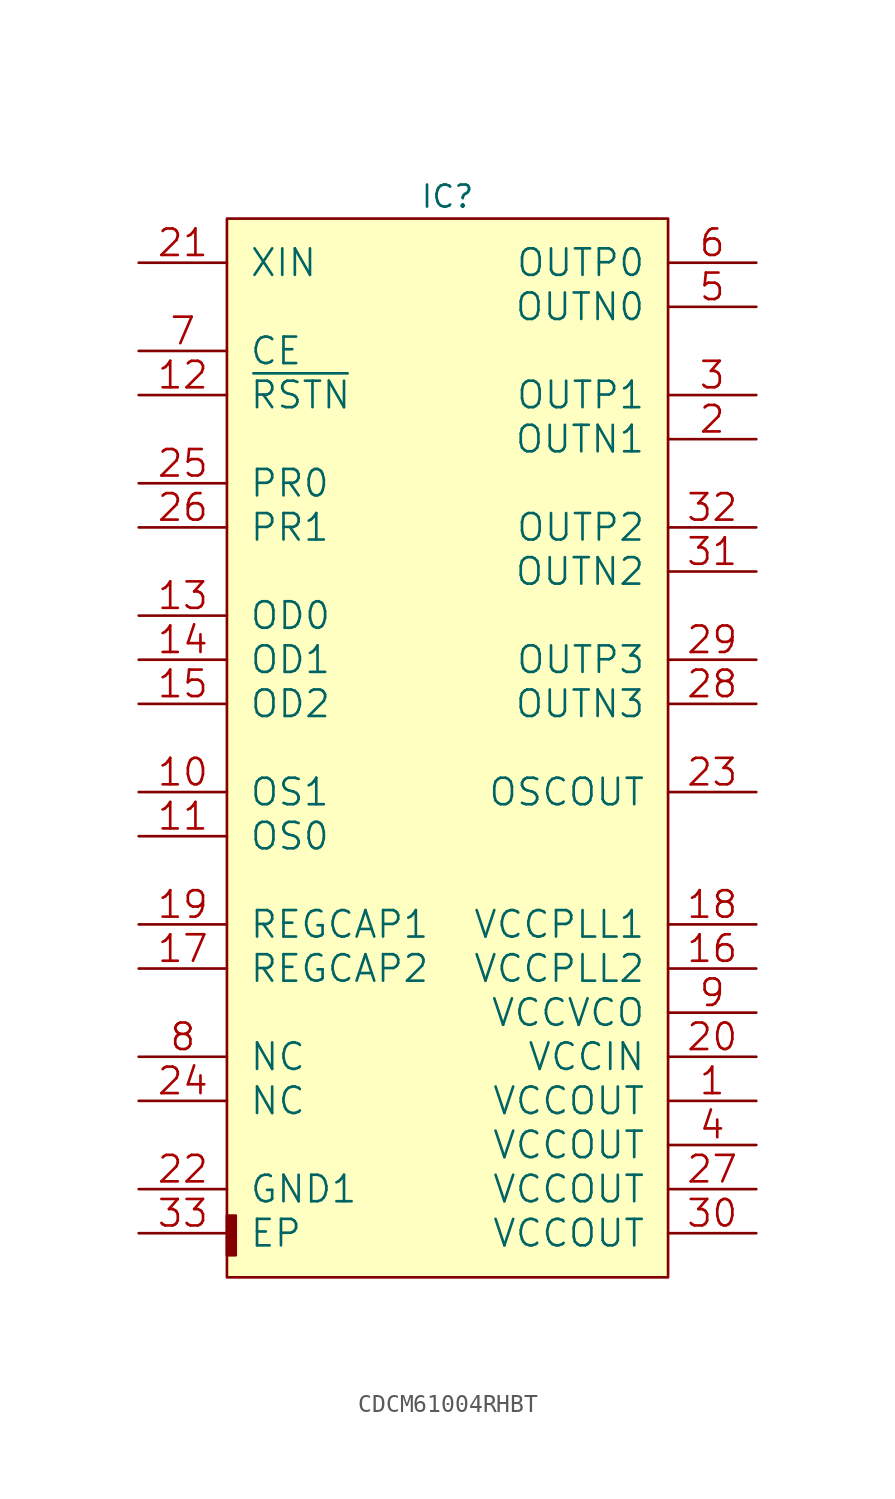
<source format=kicad_sym>
(kicad_symbol_lib
  (version 20211014)
  (generator kicad_symbol_editor)
  (symbol "CDCM61004RHBT"
    (pin_names
      (offset 1.27))
    (property "Reference" "IC"
      (at 12.7 1.27 0)
      (effects (font (size 1.27 1.27))))
    (property "ki_locked" ""
      (at 0 0 0)
      (effects (font (size 1.27 1.27))))
    (symbol "CDCM61004RHBT_0_1"
      (rectangle (start 0 -60.96) (end 25.4 0) (stroke (width 0) (type default) (color 0 0 0 0)) (fill (type background)))
      (rectangle (start 0 -59.69) (end 0.508 -57.404) (stroke (width 0) (type default) (color 0 0 0 0)) (fill (type outline)))
      (pin power_out line (at 30.48 -50.8 180) (length 5.08) (name "VCCOUT" (effects (font (size 1.524 1.524)))) (number "1" (effects (font (size 1.524 1.524)))))
      (pin input line (at -5.08 -33.02 0) (length 5.08) (name "OS1" (effects (font (size 1.524 1.524)))) (number "10" (effects (font (size 1.524 1.524)))))
      (pin input line (at -5.08 -35.56 0) (length 5.08) (name "OS0" (effects (font (size 1.524 1.524)))) (number "11" (effects (font (size 1.524 1.524)))))
      (pin input line (at -5.08 -10.16 0) (length 5.08) (name "~{RSTN}" (effects (font (size 1.524 1.524)))) (number "12" (effects (font (size 1.524 1.524)))))
      (pin input line (at -5.08 -22.86 0) (length 5.08) (name "OD0" (effects (font (size 1.524 1.524)))) (number "13" (effects (font (size 1.524 1.524)))))
      (pin input line (at -5.08 -25.4 0) (length 5.08) (name "OD1" (effects (font (size 1.524 1.524)))) (number "14" (effects (font (size 1.524 1.524)))))
      (pin input line (at -5.08 -27.94 0) (length 5.08) (name "OD2" (effects (font (size 1.524 1.524)))) (number "15" (effects (font (size 1.524 1.524)))))
      (pin power_in line (at 30.48 -43.18 180) (length 5.08) (name "VCCPLL2" (effects (font (size 1.524 1.524)))) (number "16" (effects (font (size 1.524 1.524)))))
      (pin output line (at -5.08 -43.18 0) (length 5.08) (name "REGCAP2" (effects (font (size 1.524 1.524)))) (number "17" (effects (font (size 1.524 1.524)))))
      (pin power_in line (at 30.48 -40.64 180) (length 5.08) (name "VCCPLL1" (effects (font (size 1.524 1.524)))) (number "18" (effects (font (size 1.524 1.524)))))
      (pin output line (at -5.08 -40.64 0) (length 5.08) (name "REGCAP1" (effects (font (size 1.524 1.524)))) (number "19" (effects (font (size 1.524 1.524)))))
      (pin output line (at 30.48 -12.7 180) (length 5.08) (name "OUTN1" (effects (font (size 1.524 1.524)))) (number "2" (effects (font (size 1.524 1.524)))))
      (pin power_in line (at 30.48 -48.26 180) (length 5.08) (name "VCCIN" (effects (font (size 1.524 1.524)))) (number "20" (effects (font (size 1.524 1.524)))))
      (pin input line (at -5.08 -2.54 0) (length 5.08) (name "XIN" (effects (font (size 1.524 1.524)))) (number "21" (effects (font (size 1.524 1.524)))))
      (pin power_in line (at -5.08 -55.88 0) (length 5.08) (name "GND1" (effects (font (size 1.524 1.524)))) (number "22" (effects (font (size 1.524 1.524)))))
      (pin output line (at 30.48 -33.02 180) (length 5.08) (name "OSCOUT" (effects (font (size 1.524 1.524)))) (number "23" (effects (font (size 1.524 1.524)))))
      (pin passive line (at -5.08 -50.8 0) (length 5.08) (name "NC" (effects (font (size 1.524 1.524)))) (number "24" (effects (font (size 1.524 1.524)))))
      (pin input line (at -5.08 -15.24 0) (length 5.08) (name "PR0" (effects (font (size 1.524 1.524)))) (number "25" (effects (font (size 1.524 1.524)))))
      (pin input line (at -5.08 -17.78 0) (length 5.08) (name "PR1" (effects (font (size 1.524 1.524)))) (number "26" (effects (font (size 1.524 1.524)))))
      (pin passive line (at 30.48 -55.88 180) (length 5.08) (name "VCCOUT" (effects (font (size 1.524 1.524)))) (number "27" (effects (font (size 1.524 1.524)))))
      (pin output line (at 30.48 -27.94 180) (length 5.08) (name "OUTN3" (effects (font (size 1.524 1.524)))) (number "28" (effects (font (size 1.524 1.524)))))
      (pin output line (at 30.48 -25.4 180) (length 5.08) (name "OUTP3" (effects (font (size 1.524 1.524)))) (number "29" (effects (font (size 1.524 1.524)))))
      (pin output line (at 30.48 -10.16 180) (length 5.08) (name "OUTP1" (effects (font (size 1.524 1.524)))) (number "3" (effects (font (size 1.524 1.524)))))
      (pin passive line (at 30.48 -58.42 180) (length 5.08) (name "VCCOUT" (effects (font (size 1.524 1.524)))) (number "30" (effects (font (size 1.524 1.524)))))
      (pin output line (at 30.48 -20.32 180) (length 5.08) (name "OUTN2" (effects (font (size 1.524 1.524)))) (number "31" (effects (font (size 1.524 1.524)))))
      (pin output line (at 30.48 -17.78 180) (length 5.08) (name "OUTP2" (effects (font (size 1.524 1.524)))) (number "32" (effects (font (size 1.524 1.524)))))
      (pin power_in line (at -5.08 -58.42 0) (length 5.08) (name "EP" (effects (font (size 1.524 1.524)))) (number "33" (effects (font (size 1.524 1.524)))))
      (pin passive line (at 30.48 -53.34 180) (length 5.08) (name "VCCOUT" (effects (font (size 1.524 1.524)))) (number "4" (effects (font (size 1.524 1.524)))))
      (pin output line (at 30.48 -5.08 180) (length 5.08) (name "OUTN0" (effects (font (size 1.524 1.524)))) (number "5" (effects (font (size 1.524 1.524)))))
      (pin output line (at 30.48 -2.54 180) (length 5.08) (name "OUTP0" (effects (font (size 1.524 1.524)))) (number "6" (effects (font (size 1.524 1.524)))))
      (pin input line (at -5.08 -7.62 0) (length 5.08) (name "CE" (effects (font (size 1.524 1.524)))) (number "7" (effects (font (size 1.524 1.524)))))
      (pin passive line (at -5.08 -48.26 0) (length 5.08) (name "NC" (effects (font (size 1.524 1.524)))) (number "8" (effects (font (size 1.524 1.524)))))
      (pin power_in line (at 30.48 -45.72 180) (length 5.08) (name "VCCVCO" (effects (font (size 1.524 1.524)))) (number "9" (effects (font (size 1.524 1.524))))))))
</source>
